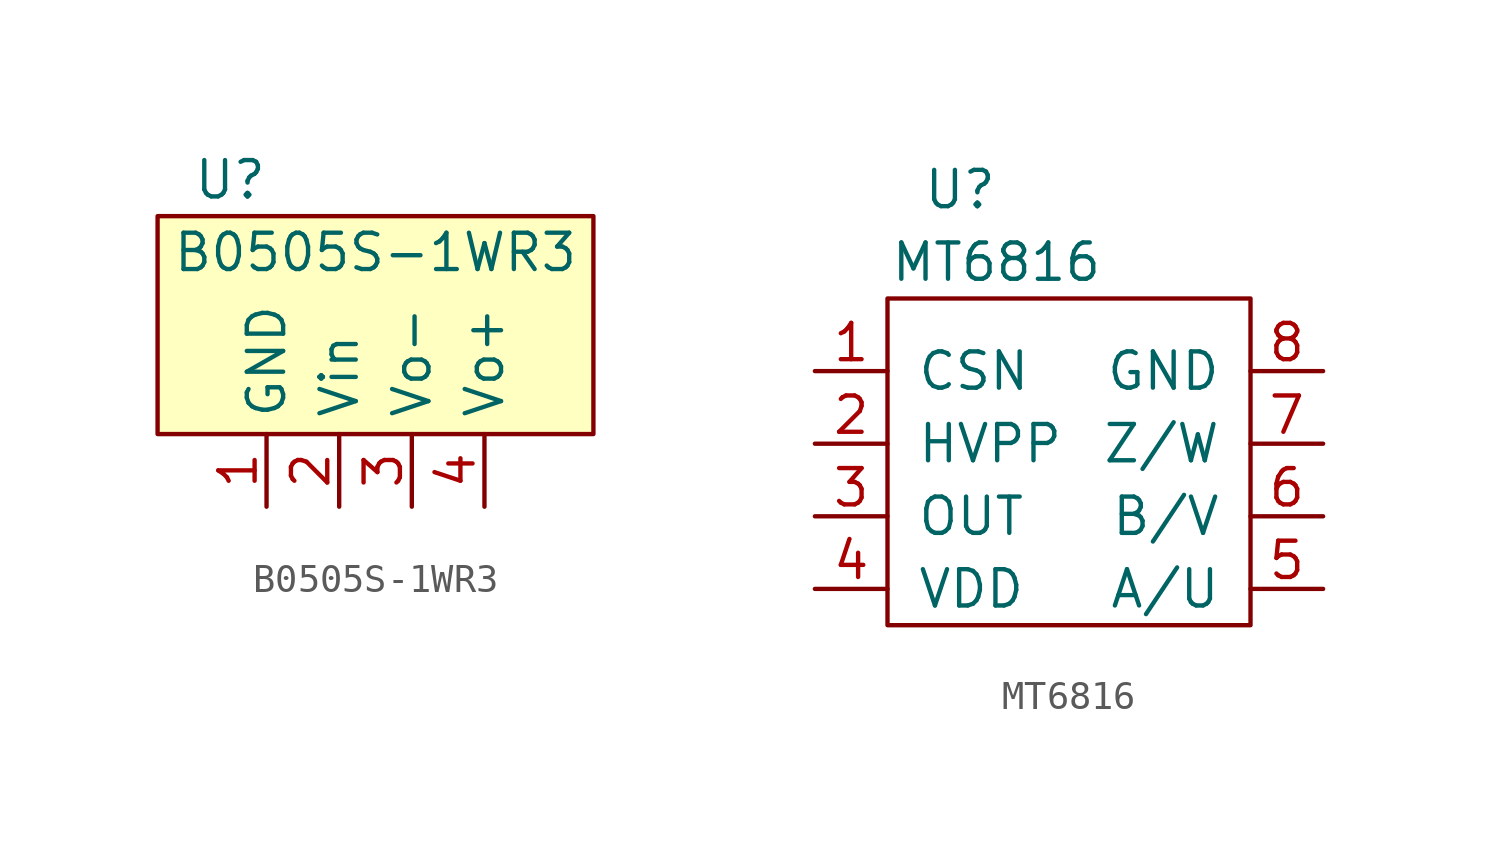
<source format=kicad_sym>
(kicad_symbol_lib
  (version 20211014)
  (generator kicad_symbol_editor)
  (symbol "B0505S-1WR3"
    (property "Reference" "U"
      (at -3.81 5.08 0)
      (effects (font (size 1.27 1.27))))
    (property "Value" "B0505S-1WR3"
      (at 1.27 2.54 0)
      (effects (font (size 1.27 1.27))))
    (symbol "B0505S-1WR3_0_1"
      (rectangle (start -6.35 3.81) (end 8.89 -3.81) (stroke (width 0) (type default) (color 0 0 0 0)) (fill (type background))))
    (symbol "B0505S-1WR3_1_1"
      (pin power_in line (at -2.54 -6.35 90) (length 2.54) (name "GND" (effects (font (size 1.27 1.27)))) (number "1" (effects (font (size 1.27 1.27)))))
      (pin power_in line (at 0 -6.35 90) (length 2.54) (name "Vin" (effects (font (size 1.27 1.27)))) (number "2" (effects (font (size 1.27 1.27)))))
      (pin power_in line (at 2.54 -6.35 90) (length 2.54) (name "Vo-" (effects (font (size 1.27 1.27)))) (number "3" (effects (font (size 1.27 1.27)))))
      (pin power_out line (at 5.08 -6.35 90) (length 2.54) (name "Vo+" (effects (font (size 1.27 1.27)))) (number "4" (effects (font (size 1.27 1.27)))))))
  (symbol "MT6816"
    (pin_names
      (offset 1.016))
    (property "Reference" "U"
      (at -1.27 2.54 0)
      (effects (font (size 1.27 1.27))))
    (property "Value" "MT6816"
      (at 0 0 0)
      (effects (font (size 1.27 1.27))))
    (symbol "MT6816_0_1"
      (rectangle (start -3.81 -1.27) (end 8.89 -12.7) (stroke (width 0) (type default) (color 0 0 0 0)) (fill (type none))))
    (symbol "MT6816_1_1"
      (pin input line (at -6.35 -3.81 0) (length 2.54) (name "CSN" (effects (font (size 1.27 1.27)))) (number "1" (effects (font (size 1.27 1.27)))))
      (pin input line (at -6.35 -6.35 0) (length 2.54) (name "HVPP" (effects (font (size 1.27 1.27)))) (number "2" (effects (font (size 1.27 1.27)))))
      (pin output line (at -6.35 -8.89 0) (length 2.54) (name "OUT" (effects (font (size 1.27 1.27)))) (number "3" (effects (font (size 1.27 1.27)))))
      (pin power_in line (at -6.35 -11.43 0) (length 2.54) (name "VDD" (effects (font (size 1.27 1.27)))) (number "4" (effects (font (size 1.27 1.27)))))
      (pin bidirectional line (at 11.43 -11.43 180) (length 2.54) (name "A/U" (effects (font (size 1.27 1.27)))) (number "5" (effects (font (size 1.27 1.27)))))
      (pin bidirectional line (at 11.43 -8.89 180) (length 2.54) (name "B/V" (effects (font (size 1.27 1.27)))) (number "6" (effects (font (size 1.27 1.27)))))
      (pin bidirectional line (at 11.43 -6.35 180) (length 2.54) (name "Z/W" (effects (font (size 1.27 1.27)))) (number "7" (effects (font (size 1.27 1.27)))))
      (pin power_in line (at 11.43 -3.81 180) (length 2.54) (name "GND" (effects (font (size 1.27 1.27)))) (number "8" (effects (font (size 1.27 1.27))))))))
</source>
